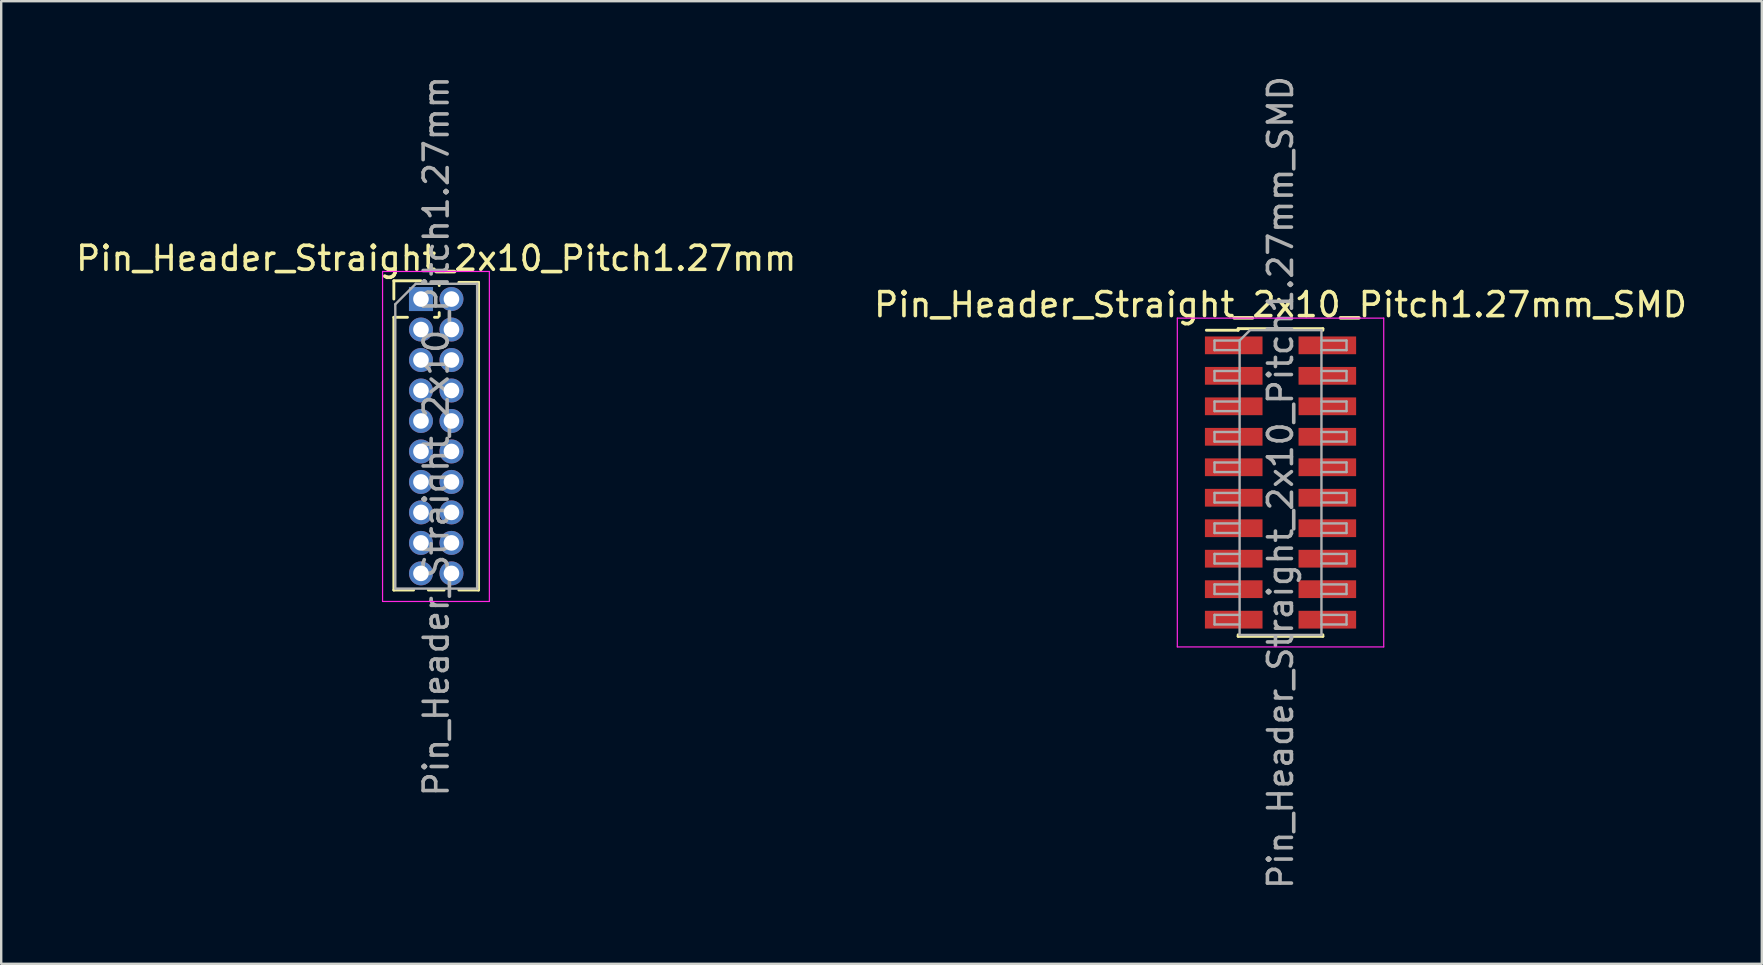
<source format=kicad_pcb>
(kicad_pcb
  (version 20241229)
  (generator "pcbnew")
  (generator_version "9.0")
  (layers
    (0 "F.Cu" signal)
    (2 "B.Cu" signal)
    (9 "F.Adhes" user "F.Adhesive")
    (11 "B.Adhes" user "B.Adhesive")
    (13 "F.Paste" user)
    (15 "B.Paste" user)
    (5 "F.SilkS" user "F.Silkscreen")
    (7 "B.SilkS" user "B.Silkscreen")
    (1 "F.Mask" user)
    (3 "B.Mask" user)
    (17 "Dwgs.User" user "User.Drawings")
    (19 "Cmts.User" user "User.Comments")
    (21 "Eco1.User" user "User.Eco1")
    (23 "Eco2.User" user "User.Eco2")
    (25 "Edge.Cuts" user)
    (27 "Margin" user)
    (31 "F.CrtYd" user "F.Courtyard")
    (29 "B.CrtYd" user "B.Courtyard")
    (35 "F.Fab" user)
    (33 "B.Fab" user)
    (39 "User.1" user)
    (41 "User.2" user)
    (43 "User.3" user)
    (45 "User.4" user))
  (footprint "Pin_Header_Straight_2x10_Pitch1.27mm_SMD"
    (layer "F.Cu")
    (at 50.304 17.054)
    (property "Reference" "Pin_Header_Straight_2x10_Pitch1.27mm_SMD" (at 0 -7.41 0) (layer "F.SilkS") (effects (font (size 1 1) (thickness 0.15))))
    (attr smd)
    (fp_line (start -3.09 -6.345) (end -1.765 -6.345) (stroke (width 0.12) (type solid)) (layer "F.SilkS"))
    (fp_line (start -1.765 -6.41) (end -1.765 -6.345) (stroke (width 0.12) (type solid)) (layer "F.SilkS"))
    (fp_line (start -1.765 -6.41) (end 1.765 -6.41) (stroke (width 0.12) (type solid)) (layer "F.SilkS"))
    (fp_line (start -1.765 6.345) (end -1.765 6.41) (stroke (width 0.12) (type solid)) (layer "F.SilkS"))
    (fp_line (start -1.765 6.41) (end 1.765 6.41) (stroke (width 0.12) (type solid)) (layer "F.SilkS"))
    (fp_line (start 1.765 -6.41) (end 1.765 -6.345) (stroke (width 0.12) (type solid)) (layer "F.SilkS"))
    (fp_line (start 1.765 6.345) (end 1.765 6.41) (stroke (width 0.12) (type solid)) (layer "F.SilkS"))
    (fp_line (start -4.3 -6.85) (end -4.3 6.85) (stroke (width 0.05) (type solid)) (layer "F.CrtYd"))
    (fp_line (start -4.3 6.85) (end 4.3 6.85) (stroke (width 0.05) (type solid)) (layer "F.CrtYd"))
    (fp_line (start 4.3 -6.85) (end -4.3 -6.85) (stroke (width 0.05) (type solid)) (layer "F.CrtYd"))
    (fp_line (start 4.3 6.85) (end 4.3 -6.85) (stroke (width 0.05) (type solid)) (layer "F.CrtYd"))
    (fp_line (start -2.75 -5.915) (end -2.75 -5.515) (stroke (width 0.1) (type solid)) (layer "F.Fab"))
    (fp_line (start -2.75 -5.515) (end -1.705 -5.515) (stroke (width 0.1) (type solid)) (layer "F.Fab"))
    (fp_line (start -2.75 -4.645) (end -2.75 -4.245) (stroke (width 0.1) (type solid)) (layer "F.Fab"))
    (fp_line (start -2.75 -4.245) (end -1.705 -4.245) (stroke (width 0.1) (type solid)) (layer "F.Fab"))
    (fp_line (start -2.75 -3.375) (end -2.75 -2.975) (stroke (width 0.1) (type solid)) (layer "F.Fab"))
    (fp_line (start -2.75 -2.975) (end -1.705 -2.975) (stroke (width 0.1) (type solid)) (layer "F.Fab"))
    (fp_line (start -2.75 -2.105) (end -2.75 -1.705) (stroke (width 0.1) (type solid)) (layer "F.Fab"))
    (fp_line (start -2.75 -1.705) (end -1.705 -1.705) (stroke (width 0.1) (type solid)) (layer "F.Fab"))
    (fp_line (start -2.75 -0.835) (end -2.75 -0.435) (stroke (width 0.1) (type solid)) (layer "F.Fab"))
    (fp_line (start -2.75 -0.435) (end -1.705 -0.435) (stroke (width 0.1) (type solid)) (layer "F.Fab"))
    (fp_line (start -2.75 0.435) (end -2.75 0.835) (stroke (width 0.1) (type solid)) (layer "F.Fab"))
    (fp_line (start -2.75 0.835) (end -1.705 0.835) (stroke (width 0.1) (type solid)) (layer "F.Fab"))
    (fp_line (start -2.75 1.705) (end -2.75 2.105) (stroke (width 0.1) (type solid)) (layer "F.Fab"))
    (fp_line (start -2.75 2.105) (end -1.705 2.105) (stroke (width 0.1) (type solid)) (layer "F.Fab"))
    (fp_line (start -2.75 2.975) (end -2.75 3.375) (stroke (width 0.1) (type solid)) (layer "F.Fab"))
    (fp_line (start -2.75 3.375) (end -1.705 3.375) (stroke (width 0.1) (type solid)) (layer "F.Fab"))
    (fp_line (start -2.75 4.245) (end -2.75 4.645) (stroke (width 0.1) (type solid)) (layer "F.Fab"))
    (fp_line (start -2.75 4.645) (end -1.705 4.645) (stroke (width 0.1) (type solid)) (layer "F.Fab"))
    (fp_line (start -2.75 5.515) (end -2.75 5.915) (stroke (width 0.1) (type solid)) (layer "F.Fab"))
    (fp_line (start -2.75 5.915) (end -1.705 5.915) (stroke (width 0.1) (type solid)) (layer "F.Fab"))
    (fp_line (start -1.705 -5.915) (end -2.75 -5.915) (stroke (width 0.1) (type solid)) (layer "F.Fab"))
    (fp_line (start -1.705 -5.915) (end -1.27 -6.35) (stroke (width 0.1) (type solid)) (layer "F.Fab"))
    (fp_line (start -1.705 -4.645) (end -2.75 -4.645) (stroke (width 0.1) (type solid)) (layer "F.Fab"))
    (fp_line (start -1.705 -3.375) (end -2.75 -3.375) (stroke (width 0.1) (type solid)) (layer "F.Fab"))
    (fp_line (start -1.705 -2.105) (end -2.75 -2.105) (stroke (width 0.1) (type solid)) (layer "F.Fab"))
    (fp_line (start -1.705 -0.835) (end -2.75 -0.835) (stroke (width 0.1) (type solid)) (layer "F.Fab"))
    (fp_line (start -1.705 0.435) (end -2.75 0.435) (stroke (width 0.1) (type solid)) (layer "F.Fab"))
    (fp_line (start -1.705 1.705) (end -2.75 1.705) (stroke (width 0.1) (type solid)) (layer "F.Fab"))
    (fp_line (start -1.705 2.975) (end -2.75 2.975) (stroke (width 0.1) (type solid)) (layer "F.Fab"))
    (fp_line (start -1.705 4.245) (end -2.75 4.245) (stroke (width 0.1) (type solid)) (layer "F.Fab"))
    (fp_line (start -1.705 5.515) (end -2.75 5.515) (stroke (width 0.1) (type solid)) (layer "F.Fab"))
    (fp_line (start -1.705 6.35) (end -1.705 -5.915) (stroke (width 0.1) (type solid)) (layer "F.Fab"))
    (fp_line (start -1.27 -6.35) (end 1.705 -6.35) (stroke (width 0.1) (type solid)) (layer "F.Fab"))
    (fp_line (start 1.705 -6.35) (end 1.705 6.35) (stroke (width 0.1) (type solid)) (layer "F.Fab"))
    (fp_line (start 1.705 -5.915) (end 2.75 -5.915) (stroke (width 0.1) (type solid)) (layer "F.Fab"))
    (fp_line (start 1.705 -4.645) (end 2.75 -4.645) (stroke (width 0.1) (type solid)) (layer "F.Fab"))
    (fp_line (start 1.705 -3.375) (end 2.75 -3.375) (stroke (width 0.1) (type solid)) (layer "F.Fab"))
    (fp_line (start 1.705 -2.105) (end 2.75 -2.105) (stroke (width 0.1) (type solid)) (layer "F.Fab"))
    (fp_line (start 1.705 -0.835) (end 2.75 -0.835) (stroke (width 0.1) (type solid)) (layer "F.Fab"))
    (fp_line (start 1.705 0.435) (end 2.75 0.435) (stroke (width 0.1) (type solid)) (layer "F.Fab"))
    (fp_line (start 1.705 1.705) (end 2.75 1.705) (stroke (width 0.1) (type solid)) (layer "F.Fab"))
    (fp_line (start 1.705 2.975) (end 2.75 2.975) (stroke (width 0.1) (type solid)) (layer "F.Fab"))
    (fp_line (start 1.705 4.245) (end 2.75 4.245) (stroke (width 0.1) (type solid)) (layer "F.Fab"))
    (fp_line (start 1.705 5.515) (end 2.75 5.515) (stroke (width 0.1) (type solid)) (layer "F.Fab"))
    (fp_line (start 1.705 6.35) (end -1.705 6.35) (stroke (width 0.1) (type solid)) (layer "F.Fab"))
    (fp_line (start 2.75 -5.915) (end 2.75 -5.515) (stroke (width 0.1) (type solid)) (layer "F.Fab"))
    (fp_line (start 2.75 -5.515) (end 1.705 -5.515) (stroke (width 0.1) (type solid)) (layer "F.Fab"))
    (fp_line (start 2.75 -4.645) (end 2.75 -4.245) (stroke (width 0.1) (type solid)) (layer "F.Fab"))
    (fp_line (start 2.75 -4.245) (end 1.705 -4.245) (stroke (width 0.1) (type solid)) (layer "F.Fab"))
    (fp_line (start 2.75 -3.375) (end 2.75 -2.975) (stroke (width 0.1) (type solid)) (layer "F.Fab"))
    (fp_line (start 2.75 -2.975) (end 1.705 -2.975) (stroke (width 0.1) (type solid)) (layer "F.Fab"))
    (fp_line (start 2.75 -2.105) (end 2.75 -1.705) (stroke (width 0.1) (type solid)) (layer "F.Fab"))
    (fp_line (start 2.75 -1.705) (end 1.705 -1.705) (stroke (width 0.1) (type solid)) (layer "F.Fab"))
    (fp_line (start 2.75 -0.835) (end 2.75 -0.435) (stroke (width 0.1) (type solid)) (layer "F.Fab"))
    (fp_line (start 2.75 -0.435) (end 1.705 -0.435) (stroke (width 0.1) (type solid)) (layer "F.Fab"))
    (fp_line (start 2.75 0.435) (end 2.75 0.835) (stroke (width 0.1) (type solid)) (layer "F.Fab"))
    (fp_line (start 2.75 0.835) (end 1.705 0.835) (stroke (width 0.1) (type solid)) (layer "F.Fab"))
    (fp_line (start 2.75 1.705) (end 2.75 2.105) (stroke (width 0.1) (type solid)) (layer "F.Fab"))
    (fp_line (start 2.75 2.105) (end 1.705 2.105) (stroke (width 0.1) (type solid)) (layer "F.Fab"))
    (fp_line (start 2.75 2.975) (end 2.75 3.375) (stroke (width 0.1) (type solid)) (layer "F.Fab"))
    (fp_line (start 2.75 3.375) (end 1.705 3.375) (stroke (width 0.1) (type solid)) (layer "F.Fab"))
    (fp_line (start 2.75 4.245) (end 2.75 4.645) (stroke (width 0.1) (type solid)) (layer "F.Fab"))
    (fp_line (start 2.75 4.645) (end 1.705 4.645) (stroke (width 0.1) (type solid)) (layer "F.Fab"))
    (fp_line (start 2.75 5.515) (end 2.75 5.915) (stroke (width 0.1) (type solid)) (layer "F.Fab"))
    (fp_line (start 2.75 5.915) (end 1.705 5.915) (stroke (width 0.1) (type solid)) (layer "F.Fab"))
    (fp_text user "${REFERENCE}" (at 0 0 90) (layer "F.Fab") (effects (font (size 1 1) (thickness 0.15))))
    (pad "1" smd rect (at -1.95 -5.715) (size 2.4 0.74) (layers "F.Cu" "F.Mask" "F.Paste"))
    (pad "2" smd rect (at 1.95 -5.715) (size 2.4 0.74) (layers "F.Cu" "F.Mask" "F.Paste"))
    (pad "3" smd rect (at -1.95 -4.445) (size 2.4 0.74) (layers "F.Cu" "F.Mask" "F.Paste"))
    (pad "4" smd rect (at 1.95 -4.445) (size 2.4 0.74) (layers "F.Cu" "F.Mask" "F.Paste"))
    (pad "5" smd rect (at -1.95 -3.175) (size 2.4 0.74) (layers "F.Cu" "F.Mask" "F.Paste"))
    (pad "6" smd rect (at 1.95 -3.175) (size 2.4 0.74) (layers "F.Cu" "F.Mask" "F.Paste"))
    (pad "7" smd rect (at -1.95 -1.905) (size 2.4 0.74) (layers "F.Cu" "F.Mask" "F.Paste"))
    (pad "8" smd rect (at 1.95 -1.905) (size 2.4 0.74) (layers "F.Cu" "F.Mask" "F.Paste"))
    (pad "9" smd rect (at -1.95 -0.635) (size 2.4 0.74) (layers "F.Cu" "F.Mask" "F.Paste"))
    (pad "10" smd rect (at 1.95 -0.635) (size 2.4 0.74) (layers "F.Cu" "F.Mask" "F.Paste"))
    (pad "11" smd rect (at -1.95 0.635) (size 2.4 0.74) (layers "F.Cu" "F.Mask" "F.Paste"))
    (pad "12" smd rect (at 1.95 0.635) (size 2.4 0.74) (layers "F.Cu" "F.Mask" "F.Paste"))
    (pad "13" smd rect (at -1.95 1.905) (size 2.4 0.74) (layers "F.Cu" "F.Mask" "F.Paste"))
    (pad "14" smd rect (at 1.95 1.905) (size 2.4 0.74) (layers "F.Cu" "F.Mask" "F.Paste"))
    (pad "15" smd rect (at -1.95 3.175) (size 2.4 0.74) (layers "F.Cu" "F.Mask" "F.Paste"))
    (pad "16" smd rect (at 1.95 3.175) (size 2.4 0.74) (layers "F.Cu" "F.Mask" "F.Paste"))
    (pad "17" smd rect (at -1.95 4.445) (size 2.4 0.74) (layers "F.Cu" "F.Mask" "F.Paste"))
    (pad "18" smd rect (at 1.95 4.445) (size 2.4 0.74) (layers "F.Cu" "F.Mask" "F.Paste"))
    (pad "19" smd rect (at -1.95 5.715) (size 2.4 0.74) (layers "F.Cu" "F.Mask" "F.Paste"))
    (pad "20" smd rect (at 1.95 5.715) (size 2.4 0.74) (layers "F.Cu" "F.Mask" "F.Paste")))
  (footprint "Pin_Header_Straight_2x10_Pitch1.27mm"
    (layer "F.Cu")
    (at 14.49 9.41)
    (property "Reference" "Pin_Header_Straight_2x10_Pitch1.27mm" (at 0.635 -1.695 0) (layer "F.SilkS") (effects (font (size 1 1) (thickness 0.15))))
    (attr through_hole)
    (fp_line (start -1.13 -0.76) (end 0 -0.76) (stroke (width 0.12) (type solid)) (layer "F.SilkS"))
    (fp_line (start -1.13 0) (end -1.13 -0.76) (stroke (width 0.12) (type solid)) (layer "F.SilkS"))
    (fp_line (start -1.13 0.76) (end -1.13 12.125) (stroke (width 0.12) (type solid)) (layer "F.SilkS"))
    (fp_line (start -1.13 0.76) (end -0.563 0.76) (stroke (width 0.12) (type solid)) (layer "F.SilkS"))
    (fp_line (start -1.13 12.125) (end -0.308 12.125) (stroke (width 0.12) (type solid)) (layer "F.SilkS"))
    (fp_line (start 0.308 12.125) (end 0.962 12.125) (stroke (width 0.12) (type solid)) (layer "F.SilkS"))
    (fp_line (start 0.563 0.76) (end 0.707 0.76) (stroke (width 0.12) (type solid)) (layer "F.SilkS"))
    (fp_line (start 0.76 -0.695) (end 0.962 -0.695) (stroke (width 0.12) (type solid)) (layer "F.SilkS"))
    (fp_line (start 0.76 -0.563) (end 0.76 -0.695) (stroke (width 0.12) (type solid)) (layer "F.SilkS"))
    (fp_line (start 0.76 0.707) (end 0.76 0.563) (stroke (width 0.12) (type solid)) (layer "F.SilkS"))
    (fp_line (start 1.578 -0.695) (end 2.4 -0.695) (stroke (width 0.12) (type solid)) (layer "F.SilkS"))
    (fp_line (start 1.578 12.125) (end 2.4 12.125) (stroke (width 0.12) (type solid)) (layer "F.SilkS"))
    (fp_line (start 2.4 -0.695) (end 2.4 12.125) (stroke (width 0.12) (type solid)) (layer "F.SilkS"))
    (fp_line (start -1.6 -1.15) (end -1.6 12.6) (stroke (width 0.05) (type solid)) (layer "F.CrtYd"))
    (fp_line (start -1.6 12.6) (end 2.85 12.6) (stroke (width 0.05) (type solid)) (layer "F.CrtYd"))
    (fp_line (start 2.85 -1.15) (end -1.6 -1.15) (stroke (width 0.05) (type solid)) (layer "F.CrtYd"))
    (fp_line (start 2.85 12.6) (end 2.85 -1.15) (stroke (width 0.05) (type solid)) (layer "F.CrtYd"))
    (fp_line (start -1.07 0.217) (end -0.217 -0.635) (stroke (width 0.1) (type solid)) (layer "F.Fab"))
    (fp_line (start -1.07 12.065) (end -1.07 0.217) (stroke (width 0.1) (type solid)) (layer "F.Fab"))
    (fp_line (start -0.217 -0.635) (end 2.34 -0.635) (stroke (width 0.1) (type solid)) (layer "F.Fab"))
    (fp_line (start 2.34 -0.635) (end 2.34 12.065) (stroke (width 0.1) (type solid)) (layer "F.Fab"))
    (fp_line (start 2.34 12.065) (end -1.07 12.065) (stroke (width 0.1) (type solid)) (layer "F.Fab"))
    (fp_text user "${REFERENCE}" (at 0.635 5.715 90) (layer "F.Fab") (effects (font (size 1 1) (thickness 0.15))))
    (pad "1" thru_hole rect (at 0 0) (size 1 1) (drill 0.65) (layers "*.Cu" "*.Mask"))
    (pad "2" thru_hole oval (at 1.27 0) (size 1 1) (drill 0.65) (layers "*.Cu" "*.Mask"))
    (pad "3" thru_hole oval (at 0 1.27) (size 1 1) (drill 0.65) (layers "*.Cu" "*.Mask"))
    (pad "4" thru_hole oval (at 1.27 1.27) (size 1 1) (drill 0.65) (layers "*.Cu" "*.Mask"))
    (pad "5" thru_hole oval (at 0 2.54) (size 1 1) (drill 0.65) (layers "*.Cu" "*.Mask"))
    (pad "6" thru_hole oval (at 1.27 2.54) (size 1 1) (drill 0.65) (layers "*.Cu" "*.Mask"))
    (pad "7" thru_hole oval (at 0 3.81) (size 1 1) (drill 0.65) (layers "*.Cu" "*.Mask"))
    (pad "8" thru_hole oval (at 1.27 3.81) (size 1 1) (drill 0.65) (layers "*.Cu" "*.Mask"))
    (pad "9" thru_hole oval (at 0 5.08) (size 1 1) (drill 0.65) (layers "*.Cu" "*.Mask"))
    (pad "10" thru_hole oval (at 1.27 5.08) (size 1 1) (drill 0.65) (layers "*.Cu" "*.Mask"))
    (pad "11" thru_hole oval (at 0 6.35) (size 1 1) (drill 0.65) (layers "*.Cu" "*.Mask"))
    (pad "12" thru_hole oval (at 1.27 6.35) (size 1 1) (drill 0.65) (layers "*.Cu" "*.Mask"))
    (pad "13" thru_hole oval (at 0 7.62) (size 1 1) (drill 0.65) (layers "*.Cu" "*.Mask"))
    (pad "14" thru_hole oval (at 1.27 7.62) (size 1 1) (drill 0.65) (layers "*.Cu" "*.Mask"))
    (pad "15" thru_hole oval (at 0 8.89) (size 1 1) (drill 0.65) (layers "*.Cu" "*.Mask"))
    (pad "16" thru_hole oval (at 1.27 8.89) (size 1 1) (drill 0.65) (layers "*.Cu" "*.Mask"))
    (pad "17" thru_hole oval (at 0 10.16) (size 1 1) (drill 0.65) (layers "*.Cu" "*.Mask"))
    (pad "18" thru_hole oval (at 1.27 10.16) (size 1 1) (drill 0.65) (layers "*.Cu" "*.Mask"))
    (pad "19" thru_hole oval (at 0 11.43) (size 1 1) (drill 0.65) (layers "*.Cu" "*.Mask"))
    (pad "20" thru_hole oval (at 1.27 11.43) (size 1 1) (drill 0.65) (layers "*.Cu" "*.Mask")))
  (gr_rect
    (start -3 -3)
    (end 70.357 37.107)
    (stroke (width 0.1) (type default))
    (fill no)
    (layer "Edge.Cuts")))
</source>
